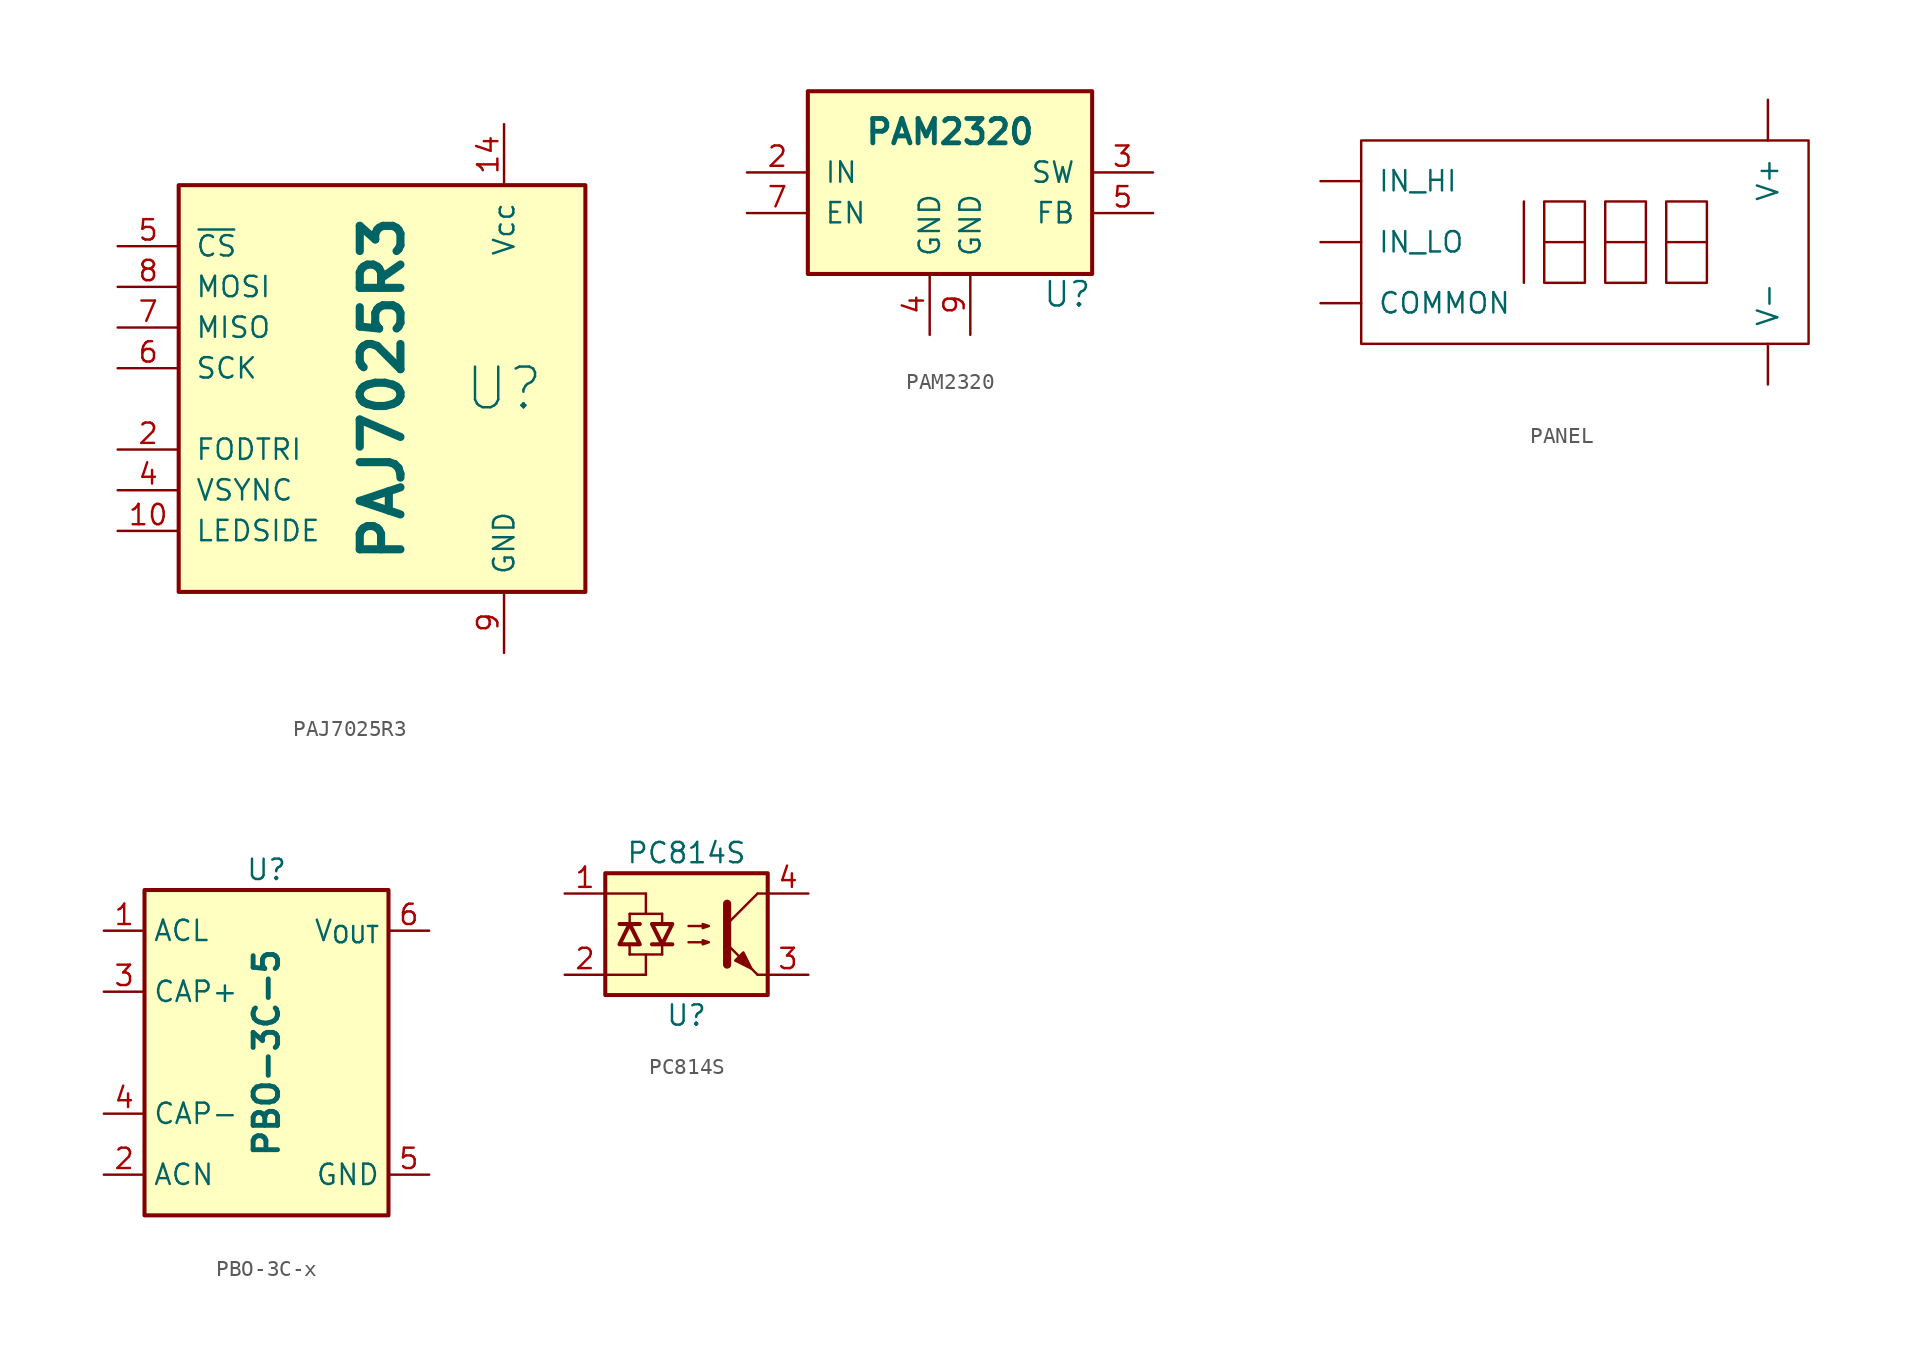
<source format=kicad_sym>
(kicad_symbol_lib
  (version 20231120)
  (generator "kicad_symbol_editor")
  (generator_version "8.0")
  (symbol "PAJ7025R3"
    (pin_names
      (offset 1.016))
    (property "Reference" "U"
      (at 7.62 0 0)
      (effects (font (size 2.54 2.54))))
    (property "Value" "PAJ7025R3"
      (at 0 0 90)
      (effects (font (size 2.54 2.54) (bold yes))))
    (symbol "PAJ7025R3_0_1"
      (rectangle (start -12.7 12.7) (end 12.7 -12.7) (stroke (width 0.254) (type default)) (fill (type background))))
    (symbol "PAJ7025R3_1_1"
      (pin passive line (at -16.51 -8.89 0) (length 3.81) (name "LEDSIDE" (effects (font (size 1.27 1.27)))) (number "10" (effects (font (size 1.27 1.27)))))
      (pin power_in line (at 7.62 16.51 270) (length 3.81) (name "Vcc" (effects (font (size 1.27 1.27)))) (number "14" (effects (font (size 1.27 1.27)))))
      (pin passive line (at -16.51 -3.81 0) (length 3.81) (name "FODTRI" (effects (font (size 1.27 1.27)))) (number "2" (effects (font (size 1.27 1.27)))))
      (pin passive line (at -16.51 -6.35 0) (length 3.81) (name "VSYNC" (effects (font (size 1.27 1.27)))) (number "4" (effects (font (size 1.27 1.27)))))
      (pin passive line (at -16.51 8.89 0) (length 3.81) (name "~{CS}" (effects (font (size 1.27 1.27)))) (number "5" (effects (font (size 1.27 1.27)))))
      (pin passive line (at -16.51 1.27 0) (length 3.81) (name "SCK" (effects (font (size 1.27 1.27)))) (number "6" (effects (font (size 1.27 1.27)))))
      (pin passive line (at -16.51 3.81 0) (length 3.81) (name "MISO" (effects (font (size 1.27 1.27)))) (number "7" (effects (font (size 1.27 1.27)))))
      (pin passive line (at -16.51 6.35 0) (length 3.81) (name "MOSI" (effects (font (size 1.27 1.27)))) (number "8" (effects (font (size 1.27 1.27)))))
      (pin power_in line (at 7.62 -16.51 90) (length 3.81) (name "GND" (effects (font (size 1.27 1.27)))) (number "9" (effects (font (size 1.27 1.27)))))))
  (symbol "PAM2320"
    (pin_names
      (offset 1.016))
    (property "Reference" "U"
      (at 8.89 -7.62 0)
      (effects (font (size 1.524 1.524)) (justify right)))
    (property "Value" "PAM2320"
      (at 0 2.54 0)
      (effects (font (size 1.524 1.524) (bold yes))))
    (property "Datasheet" ""
      (at 0 0 0)
      (effects (font (size 1.524 1.524))))
    (symbol "PAM2320_0_1"
      (rectangle (start -8.89 5.08) (end 8.89 -6.35) (stroke (width 0.254) (type default)) (fill (type background))))
    (symbol "PAM2320_1_1"
      (pin passive line (at -12.7 0 0) (length 3.81) (name "IN" (effects (font (size 1.27 1.27)))) (number "2" (effects (font (size 1.27 1.27)))))
      (pin passive line (at 12.7 0 180) (length 3.81) (name "SW" (effects (font (size 1.27 1.27)))) (number "3" (effects (font (size 1.27 1.27)))))
      (pin passive line (at -1.27 -10.16 90) (length 3.81) (name "GND" (effects (font (size 1.27 1.27)))) (number "4" (effects (font (size 1.27 1.27)))))
      (pin passive line (at 12.7 -2.54 180) (length 3.81) (name "FB" (effects (font (size 1.27 1.27)))) (number "5" (effects (font (size 1.27 1.27)))))
      (pin passive line (at -12.7 -2.54 0) (length 3.81) (name "EN" (effects (font (size 1.27 1.27)))) (number "7" (effects (font (size 1.27 1.27)))))
      (pin passive line (at 1.27 -10.16 90) (length 3.81) (name "GND" (effects (font (size 1.27 1.27)))) (number "9" (effects (font (size 1.27 1.27)))))))
  (symbol "PANEL"
    (pin_numbers hide)
    (pin_names
      (offset 1.016))
    (property "Reference" "U"
      (at 0 0 0)
      (effects (font (size 1.524 1.524)) (hide yes)))
    (property "Footprint" ""
      (at 0 0 0)
      (effects (font (size 1.524 1.524))))
    (property "Datasheet" ""
      (at 0 0 0)
      (effects (font (size 1.524 1.524))))
    (symbol "PANEL_0_1"
      (rectangle (start -13.97 6.35) (end 13.97 -6.35) (stroke (width 0) (type default)) (fill (type none)))
      (polyline (pts (xy -3.81 2.54) (xy -3.81 -2.54) (xy -3.81 -2.54)) (stroke (width 0) (type default)) (fill (type none)))
      (polyline (pts (xy 5.08 0) (xy 7.62 0) (xy 7.62 0)) (stroke (width 0) (type default)) (fill (type none)))
      (polyline (pts (xy 3.81 0) (xy 1.27 0) (xy 3.81 0) (xy 3.81 0)) (stroke (width 0) (type default)) (fill (type none)))
      (polyline (pts (xy 5.08 2.54) (xy 5.08 -2.54) (xy 7.62 -2.54) (xy 7.62 2.54) (xy 5.08 2.54) (xy 5.08 2.54)) (stroke (width 0) (type default)) (fill (type none)))
      (polyline (pts (xy 1.27 2.54) (xy 1.27 -2.54) (xy 3.81 -2.54) (xy 3.81 2.54) (xy 1.27 2.54) (xy 1.27 2.54) (xy 1.27 2.54)) (stroke (width 0) (type default)) (fill (type none)))
      (polyline (pts (xy -2.54 2.54) (xy 0 2.54) (xy 0 -2.54) (xy -2.54 -2.54) (xy -2.54 2.54) (xy -2.54 0) (xy 0 0) (xy 0 0)) (stroke (width 0) (type default)) (fill (type none))))
    (symbol "PANEL_1_1"
      (pin input line (at -16.51 -3.81 0) (length 2.54) (name "COMMON" (effects (font (size 1.27 1.27)))) (number "~" (effects (font (size 1.27 1.27)))))
      (pin input line (at -16.51 3.81 0) (length 2.54) (name "IN_HI" (effects (font (size 1.27 1.27)))) (number "~" (effects (font (size 1.27 1.27)))))
      (pin input line (at -16.51 0 0) (length 2.54) (name "IN_LO" (effects (font (size 1.27 1.27)))) (number "~" (effects (font (size 1.27 1.27)))))
      (pin input line (at 11.43 8.89 270) (length 2.54) (name "V+" (effects (font (size 1.27 1.27)))) (number "~" (effects (font (size 1.27 1.27)))))
      (pin input line (at 11.43 -8.89 90) (length 2.54) (name "V-" (effects (font (size 1.27 1.27)))) (number "~" (effects (font (size 1.27 1.27)))))))
  (symbol "PBO-3C-x"
    (property "Reference" "U"
      (at 0 11.43 0)
      (effects (font (size 1.27 1.27))))
    (property "Value" "PBO-3C-5"
      (at 0 0 90)
      (effects (font (size 1.524 1.524) (bold yes))))
    (symbol "PBO-3C-x_1_1"
      (rectangle (start -7.62 10.16) (end 7.62 -10.16) (stroke (width 0.254) (type default)) (fill (type background)))
      (pin passive line (at -10.16 7.62 0) (length 2.54) (name "ACL" (effects (font (size 1.27 1.27)))) (number "1" (effects (font (size 1.27 1.27)))))
      (pin passive line (at -10.16 -7.62 0) (length 2.54) (name "ACN" (effects (font (size 1.27 1.27)))) (number "2" (effects (font (size 1.27 1.27)))))
      (pin passive line (at -10.16 3.81 0) (length 2.54) (name "CAP+" (effects (font (size 1.27 1.27)))) (number "3" (effects (font (size 1.27 1.27)))))
      (pin passive line (at -10.16 -3.81 0) (length 2.54) (name "CAP-" (effects (font (size 1.27 1.27)))) (number "4" (effects (font (size 1.27 1.27)))))
      (pin passive line (at 10.16 -7.62 180) (length 2.54) (name "GND" (effects (font (size 1.27 1.27)))) (number "5" (effects (font (size 1.27 1.27)))))
      (pin passive line (at 10.16 7.62 180) (length 2.54) (name "V_{OUT}" (effects (font (size 1.27 1.27)))) (number "6" (effects (font (size 1.27 1.27)))))))
  (symbol "PC814S"
    (pin_names
      (offset 1.016))
    (property "Reference" "U"
      (at 0 -5.08 0)
      (effects (font (size 1.27 1.27))))
    (property "Value" "PC814S"
      (at 0 5.08 0)
      (effects (font (size 1.27 1.27))))
    (symbol "PC814S_0_1"
      (polyline (pts (xy -3.556 -1.27) (xy -3.556 -0.762)) (stroke (width 0) (type default)) (fill (type none)))
      (polyline (pts (xy -3.556 0.635) (xy -3.556 1.27)) (stroke (width 0) (type default)) (fill (type none)))
      (polyline (pts (xy -2.54 -2.54) (xy -5.08 -2.54)) (stroke (width 0) (type default)) (fill (type none)))
      (polyline (pts (xy -2.54 -2.54) (xy -2.54 -1.27)) (stroke (width 0) (type default)) (fill (type none)))
      (polyline (pts (xy -2.54 1.27) (xy -2.54 2.54)) (stroke (width 0) (type default)) (fill (type none)))
      (polyline (pts (xy -2.54 2.54) (xy -5.08 2.54)) (stroke (width 0) (type default)) (fill (type none)))
      (polyline (pts (xy -1.524 -1.27) (xy -3.556 -1.27)) (stroke (width 0) (type default)) (fill (type none)))
      (polyline (pts (xy -1.524 -1.27) (xy -1.524 -0.762)) (stroke (width 0) (type default)) (fill (type none)))
      (polyline (pts (xy -1.524 0.635) (xy -1.524 1.27)) (stroke (width 0) (type default)) (fill (type none)))
      (polyline (pts (xy -1.524 1.27) (xy -3.556 1.27)) (stroke (width 0) (type default)) (fill (type none))))
    (symbol "PC814S_1_1"
      (rectangle (start -5.08 3.81) (end 5.08 -3.81) (stroke (width 0.254) (type default)) (fill (type background)))
      (polyline (pts (xy -2.921 0.635) (xy -4.191 0.635)) (stroke (width 0.254) (type default)) (fill (type none)))
      (polyline (pts (xy -2.159 -0.635) (xy -0.889 -0.635)) (stroke (width 0.254) (type default)) (fill (type none)))
      (polyline (pts (xy 2.54 0.635) (xy 4.445 2.54)) (stroke (width 0) (type default)) (fill (type none)))
      (polyline (pts (xy 4.445 -2.54) (xy 2.54 -0.635)) (stroke (width 0) (type default)) (fill (type outline)))
      (polyline (pts (xy 4.445 -2.54) (xy 5.08 -2.54)) (stroke (width 0) (type default)) (fill (type none)))
      (polyline (pts (xy 4.445 2.54) (xy 5.08 2.54)) (stroke (width 0) (type default)) (fill (type none)))
      (polyline (pts (xy 2.54 1.905) (xy 2.54 -1.905) (xy 2.54 -1.905)) (stroke (width 0.508) (type default)) (fill (type none)))
      (polyline (pts (xy -3.556 0.635) (xy -2.921 -0.635) (xy -4.191 -0.635) (xy -3.556 0.635)) (stroke (width 0.254) (type default)) (fill (type none)))
      (polyline (pts (xy -1.524 -0.635) (xy -2.159 0.635) (xy -0.889 0.635) (xy -1.524 -0.635)) (stroke (width 0.254) (type default)) (fill (type none)))
      (polyline (pts (xy 0.127 -0.508) (xy 1.397 -0.508) (xy 1.016 -0.635) (xy 1.016 -0.381) (xy 1.397 -0.508)) (stroke (width 0) (type default)) (fill (type none)))
      (polyline (pts (xy 0.127 0.508) (xy 1.397 0.508) (xy 1.016 0.381) (xy 1.016 0.635) (xy 1.397 0.508)) (stroke (width 0) (type default)) (fill (type none)))
      (polyline (pts (xy 3.048 -1.651) (xy 3.556 -1.143) (xy 4.064 -2.159) (xy 3.048 -1.651) (xy 3.048 -1.651)) (stroke (width 0) (type default)) (fill (type outline)))
      (pin passive line (at -7.62 2.54 0) (length 2.54) (name "~" (effects (font (size 1.27 1.27)))) (number "1" (effects (font (size 1.27 1.27)))))
      (pin passive line (at -7.62 -2.54 0) (length 2.54) (name "~" (effects (font (size 1.27 1.27)))) (number "2" (effects (font (size 1.27 1.27)))))
      (pin passive line (at 7.62 -2.54 180) (length 2.54) (name "~" (effects (font (size 1.27 1.27)))) (number "3" (effects (font (size 1.27 1.27)))))
      (pin passive line (at 7.62 2.54 180) (length 2.54) (name "~" (effects (font (size 1.27 1.27)))) (number "4" (effects (font (size 1.27 1.27))))))))
</source>
